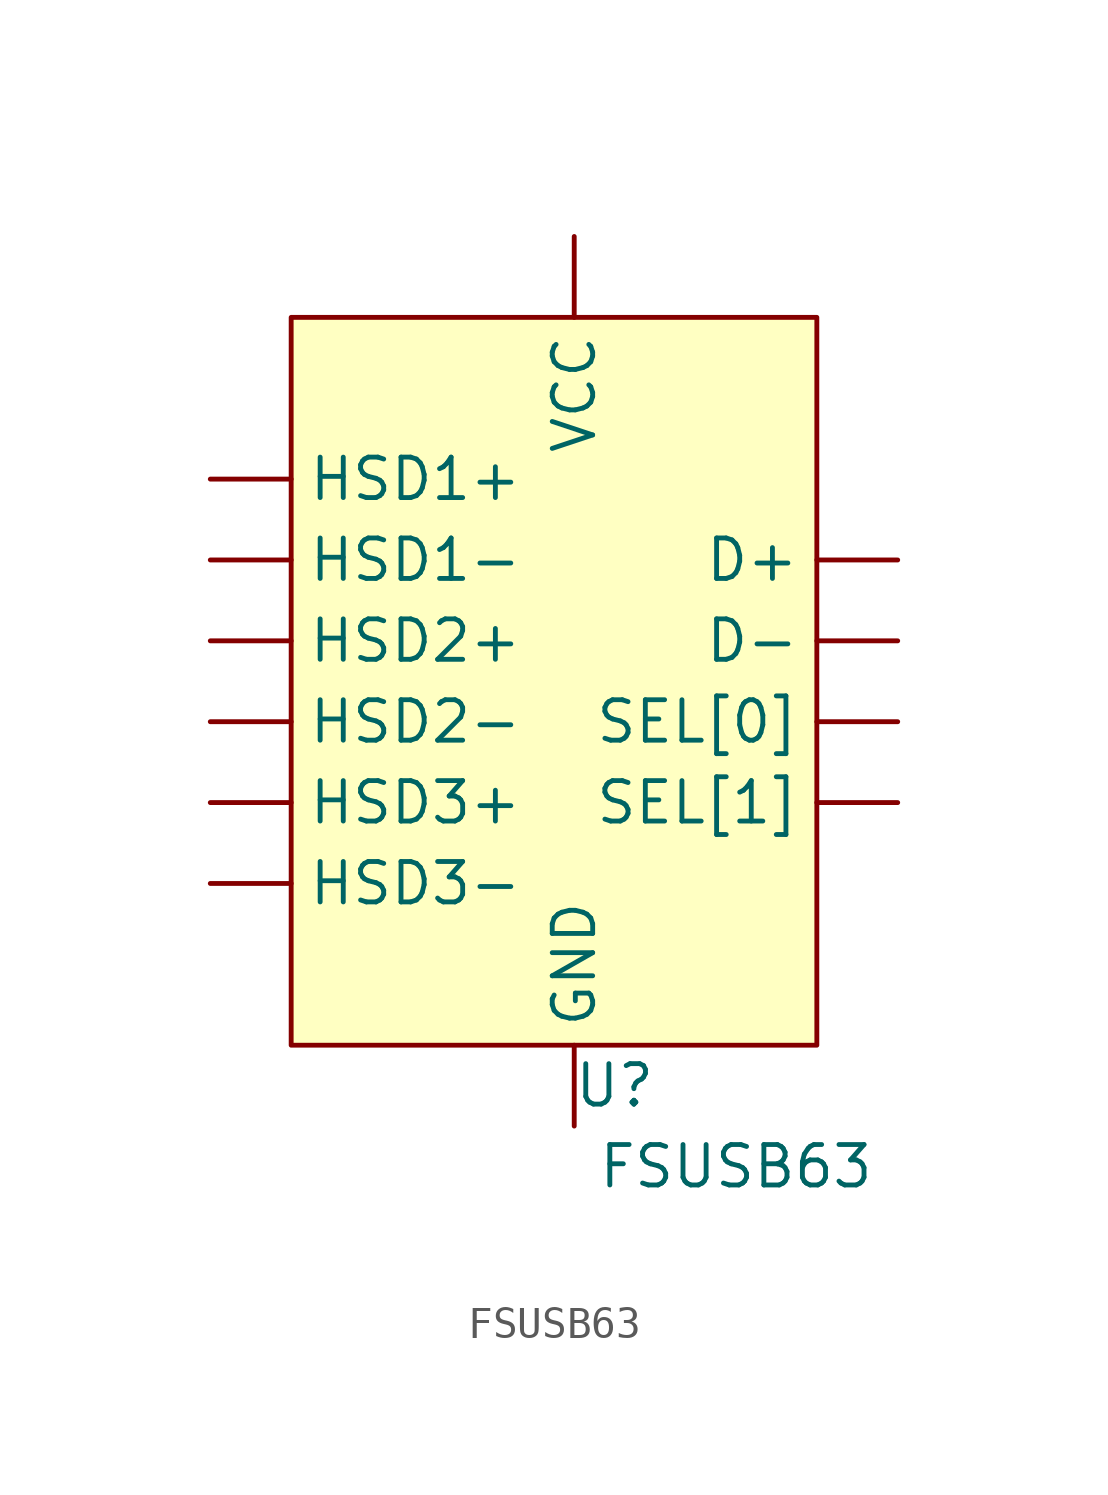
<source format=kicad_sym>
(kicad_symbol_lib
  (version 20220914)
  (generator kicad_symbol_editor)
  (symbol "FSUSB63"
    (pin_numbers hide)
    (property "Reference" "U"
      (at 1.27 -12.7 0)
      (effects (font (size 1.27 1.27))))
    (property "Value" "FSUSB63"
      (at 5.08 -15.24 0)
      (effects (font (size 1.27 1.27))))
    (symbol "FSUSB63_0_1"
      (rectangle (start 7.62 -11.43) (end -8.89 11.43) (stroke (width 0) (type default)) (fill (type background))))
    (symbol "FSUSB63_1_1"
      (pin bidirectional line (at 10.16 3.81 180) (length 2.54) (name "D+" (effects (font (size 1.27 1.27)))) (number "1" (effects (font (size 1.27 1.27)))))
      (pin bidirectional line (at -11.43 -3.81 0) (length 2.54) (name "HSD3+" (effects (font (size 1.27 1.27)))) (number "10" (effects (font (size 1.27 1.27)))))
      (pin bidirectional line (at 10.16 -3.81 180) (length 2.54) (name "SEL[1]" (effects (font (size 1.27 1.27)))) (number "11" (effects (font (size 1.27 1.27)))))
      (pin bidirectional line (at 0 13.97 270) (length 2.54) (name "VCC" (effects (font (size 1.27 1.27)))) (number "12" (effects (font (size 1.27 1.27)))))
      (pin bidirectional line (at 10.16 1.27 180) (length 2.54) (name "D-" (effects (font (size 1.27 1.27)))) (number "2" (effects (font (size 1.27 1.27)))))
      (pin bidirectional line (at 0 -13.97 90) (length 2.54) (name "GND" (effects (font (size 1.27 1.27)))) (number "3" (effects (font (size 1.27 1.27)))))
      (pin bidirectional line (at 10.16 -1.27 180) (length 2.54) (name "SEL[0]" (effects (font (size 1.27 1.27)))) (number "4" (effects (font (size 1.27 1.27)))))
      (pin bidirectional line (at -11.43 3.81 0) (length 2.54) (name "HSD1-" (effects (font (size 1.27 1.27)))) (number "5" (effects (font (size 1.27 1.27)))))
      (pin bidirectional line (at -11.43 6.35 0) (length 2.54) (name "HSD1+" (effects (font (size 1.27 1.27)))) (number "6" (effects (font (size 1.27 1.27)))))
      (pin bidirectional line (at -11.43 -1.27 0) (length 2.54) (name "HSD2-" (effects (font (size 1.27 1.27)))) (number "7" (effects (font (size 1.27 1.27)))))
      (pin bidirectional line (at -11.43 1.27 0) (length 2.54) (name "HSD2+" (effects (font (size 1.27 1.27)))) (number "8" (effects (font (size 1.27 1.27)))))
      (pin bidirectional line (at -11.43 -6.35 0) (length 2.54) (name "HSD3-" (effects (font (size 1.27 1.27)))) (number "9" (effects (font (size 1.27 1.27))))))))
</source>
